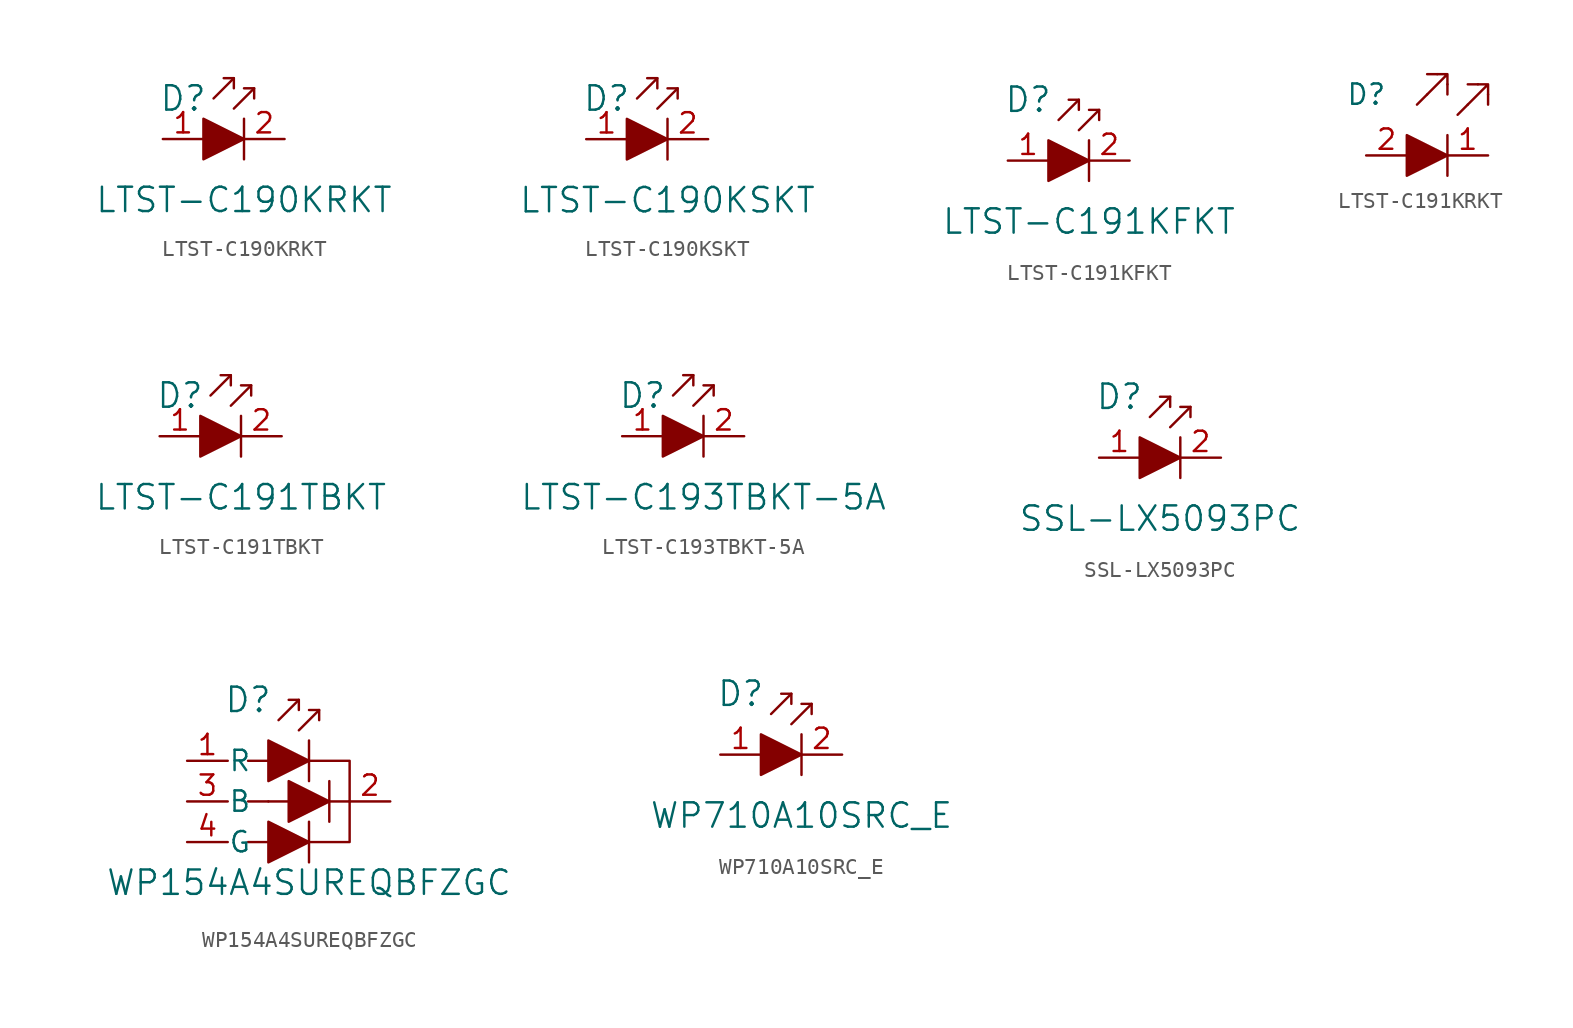
<source format=kicad_sym>
(kicad_symbol_lib
  (version 20201005)
  (generator kicad_symbol_editor)
  (symbol "LTST-C190KRKT"
    (pin_names
      (offset 0))
    (property "Reference" "D"
      (at -3.81 2.54 0)
      (effects (font (size 1.524 1.524))))
    (property "Value" "LTST-C190KRKT"
      (at 0 -3.81 0)
      (effects (font (size 1.524 1.524))))
    (symbol "LTST-C190KRKT_0_1"
      (polyline (pts (xy -0.635 3.81) (xy -1.905 2.54)) (stroke (width 0)) (fill (type none)))
      (polyline (pts (xy 0 1.27) (xy 0 -1.27)) (stroke (width 0)) (fill (type none)))
      (polyline (pts (xy 0.635 3.175) (xy -0.635 1.905)) (stroke (width 0)) (fill (type none)))
      (polyline (pts (xy -1.27 3.81) (xy -0.635 3.81) (xy -0.635 3.175)) (stroke (width 0)) (fill (type none)))
      (polyline (pts (xy 0 3.175) (xy 0.635 3.175) (xy 0.635 2.54)) (stroke (width 0)) (fill (type none)))
      (polyline (pts (xy -2.54 1.27) (xy -2.54 -1.27) (xy 0 0) (xy -2.54 1.27)) (stroke (width 0)) (fill (type outline))))
    (symbol "LTST-C190KRKT_1_1"
      (pin passive line (at -5.08 0 0) (length 2.54) (name "~" (effects (font (size 1.27 1.27)))) (number "1" (effects (font (size 1.27 1.27)))))
      (pin passive line (at 2.54 0 180) (length 2.54) (name "~" (effects (font (size 1.27 1.27)))) (number "2" (effects (font (size 1.27 1.27)))))))
  (symbol "LTST-C190KSKT"
    (pin_names
      (offset 0))
    (property "Reference" "D"
      (at -3.81 2.54 0)
      (effects (font (size 1.524 1.524))))
    (property "Value" "LTST-C190KSKT"
      (at 0 -3.81 0)
      (effects (font (size 1.524 1.524))))
    (symbol "LTST-C190KSKT_0_1"
      (polyline (pts (xy -0.635 3.81) (xy -1.905 2.54)) (stroke (width 0)) (fill (type none)))
      (polyline (pts (xy 0 1.27) (xy 0 -1.27)) (stroke (width 0)) (fill (type none)))
      (polyline (pts (xy 0.635 3.175) (xy -0.635 1.905)) (stroke (width 0)) (fill (type none)))
      (polyline (pts (xy -1.27 3.81) (xy -0.635 3.81) (xy -0.635 3.175)) (stroke (width 0)) (fill (type none)))
      (polyline (pts (xy 0 3.175) (xy 0.635 3.175) (xy 0.635 2.54)) (stroke (width 0)) (fill (type none)))
      (polyline (pts (xy -2.54 1.27) (xy -2.54 -1.27) (xy 0 0) (xy -2.54 1.27)) (stroke (width 0)) (fill (type outline))))
    (symbol "LTST-C190KSKT_1_1"
      (pin passive line (at -5.08 0 0) (length 2.54) (name "~" (effects (font (size 1.27 1.27)))) (number "1" (effects (font (size 1.27 1.27)))))
      (pin passive line (at 2.54 0 180) (length 2.54) (name "~" (effects (font (size 1.27 1.27)))) (number "2" (effects (font (size 1.27 1.27)))))))
  (symbol "LTST-C191KFKT"
    (pin_names
      (offset 0))
    (property "Reference" "D"
      (at -3.81 3.81 0)
      (effects (font (size 1.524 1.524))))
    (property "Value" "LTST-C191KFKT"
      (at 0 -3.81 0)
      (effects (font (size 1.524 1.524))))
    (symbol "LTST-C191KFKT_0_1"
      (polyline (pts (xy -0.635 3.81) (xy -1.905 2.54)) (stroke (width 0)) (fill (type none)))
      (polyline (pts (xy 0 1.27) (xy 0 -1.27)) (stroke (width 0)) (fill (type none)))
      (polyline (pts (xy 0.635 3.175) (xy -0.635 1.905)) (stroke (width 0)) (fill (type none)))
      (polyline (pts (xy -1.27 3.81) (xy -0.635 3.81) (xy -0.635 3.175)) (stroke (width 0)) (fill (type none)))
      (polyline (pts (xy 0 3.175) (xy 0.635 3.175) (xy 0.635 2.54)) (stroke (width 0)) (fill (type none)))
      (polyline (pts (xy -2.54 1.27) (xy -2.54 -1.27) (xy 0 0) (xy -2.54 1.27)) (stroke (width 0)) (fill (type outline))))
    (symbol "LTST-C191KFKT_1_1"
      (pin passive line (at -5.08 0 0) (length 2.54) (name "~" (effects (font (size 1.27 1.27)))) (number "1" (effects (font (size 1.27 1.27)))))
      (pin passive line (at 2.54 0 180) (length 2.54) (name "~" (effects (font (size 1.27 1.27)))) (number "2" (effects (font (size 1.27 1.27)))))))
  (symbol "LTST-C191KRKT"
    (pin_names
      (offset 0))
    (property "Reference" "D"
      (at -6.35 3.81 0)
      (effects (font (size 1.27 1.27)) (justify left)))
    (symbol "LTST-C191KRKT_0_1"
      (polyline (pts (xy 0 1.27) (xy 0 -1.27)) (stroke (width 0)) (fill (type none)))
      (polyline (pts (xy -2.54 1.27) (xy -2.54 -1.27) (xy 0 0) (xy -2.54 1.27)) (stroke (width 0)) (fill (type outline))))
    (symbol "LTST-C191KRKT_1_1"
      (polyline (pts (xy -1.27 3.81) (xy -1.905 3.175)) (stroke (width 0)) (fill (type none)))
      (polyline (pts (xy -0.635 5.08) (xy -1.27 5.08)) (stroke (width 0)) (fill (type none)))
      (polyline (pts (xy 0 4.445) (xy 0 3.81)) (stroke (width 0)) (fill (type none)))
      (polyline (pts (xy 1.27 3.175) (xy 0.635 2.54)) (stroke (width 0)) (fill (type none)))
      (polyline (pts (xy 1.905 4.445) (xy 1.27 4.445)) (stroke (width 0)) (fill (type none)))
      (polyline (pts (xy 2.54 3.81) (xy 2.54 3.175)) (stroke (width 0)) (fill (type none)))
      (polyline (pts (xy 1.27 3.175) (xy 2.54 4.445) (xy 1.905 4.445) (xy 2.54 4.445) (xy 2.54 3.81)) (stroke (width 0)) (fill (type none)))
      (polyline (pts (xy 0 5.08) (xy 0 4.445) (xy 0 5.08) (xy -0.635 5.08) (xy 0 5.08) (xy -1.27 3.81)) (stroke (width 0)) (fill (type none)))
      (pin output line (at 2.54 0 180) (length 2.54) (name "~" (effects (font (size 1.27 1.27)))) (number "1" (effects (font (size 1.27 1.27)))))
      (pin input line (at -5.08 0 0) (length 2.54) (name "~" (effects (font (size 1.27 1.27)))) (number "2" (effects (font (size 1.27 1.27)))))))
  (symbol "LTST-C191TBKT"
    (pin_names
      (offset 0))
    (property "Reference" "D"
      (at -3.81 2.54 0)
      (effects (font (size 1.524 1.524))))
    (property "Value" "LTST-C191TBKT"
      (at 0 -3.81 0)
      (effects (font (size 1.524 1.524))))
    (symbol "LTST-C191TBKT_0_1"
      (polyline (pts (xy -0.635 3.81) (xy -1.905 2.54)) (stroke (width 0)) (fill (type none)))
      (polyline (pts (xy 0 1.27) (xy 0 -1.27)) (stroke (width 0)) (fill (type none)))
      (polyline (pts (xy 0.635 3.175) (xy -0.635 1.905)) (stroke (width 0)) (fill (type none)))
      (polyline (pts (xy -1.27 3.81) (xy -0.635 3.81) (xy -0.635 3.175)) (stroke (width 0)) (fill (type none)))
      (polyline (pts (xy 0 3.175) (xy 0.635 3.175) (xy 0.635 2.54)) (stroke (width 0)) (fill (type none)))
      (polyline (pts (xy -2.54 1.27) (xy -2.54 -1.27) (xy 0 0) (xy -2.54 1.27)) (stroke (width 0)) (fill (type outline))))
    (symbol "LTST-C191TBKT_1_1"
      (pin passive line (at -5.08 0 0) (length 2.54) (name "~" (effects (font (size 1.27 1.27)))) (number "1" (effects (font (size 1.27 1.27)))))
      (pin passive line (at 2.54 0 180) (length 2.54) (name "~" (effects (font (size 1.27 1.27)))) (number "2" (effects (font (size 1.27 1.27)))))))
  (symbol "LTST-C193TBKT-5A"
    (pin_names
      (offset 0))
    (property "Reference" "D"
      (at -3.81 2.54 0)
      (effects (font (size 1.524 1.524))))
    (property "Value" "LTST-C193TBKT-5A"
      (at 0 -3.81 0)
      (effects (font (size 1.524 1.524))))
    (symbol "LTST-C193TBKT-5A_0_1"
      (polyline (pts (xy -0.635 3.81) (xy -1.905 2.54)) (stroke (width 0)) (fill (type none)))
      (polyline (pts (xy 0 1.27) (xy 0 -1.27)) (stroke (width 0)) (fill (type none)))
      (polyline (pts (xy 0.635 3.175) (xy -0.635 1.905)) (stroke (width 0)) (fill (type none)))
      (polyline (pts (xy -1.27 3.81) (xy -0.635 3.81) (xy -0.635 3.175)) (stroke (width 0)) (fill (type none)))
      (polyline (pts (xy 0 3.175) (xy 0.635 3.175) (xy 0.635 2.54)) (stroke (width 0)) (fill (type none)))
      (polyline (pts (xy -2.54 1.27) (xy -2.54 -1.27) (xy 0 0) (xy -2.54 1.27)) (stroke (width 0)) (fill (type outline))))
    (symbol "LTST-C193TBKT-5A_1_1"
      (pin passive line (at -5.08 0 0) (length 2.54) (name "~" (effects (font (size 1.27 1.27)))) (number "1" (effects (font (size 1.27 1.27)))))
      (pin passive line (at 2.54 0 180) (length 2.54) (name "~" (effects (font (size 1.27 1.27)))) (number "2" (effects (font (size 1.27 1.27)))))))
  (symbol "SSL-LX5093PC"
    (pin_names
      (offset 0))
    (property "Reference" "D"
      (at -3.81 3.81 0)
      (effects (font (size 1.524 1.524))))
    (property "Value" "SSL-LX5093PC"
      (at -1.27 -3.81 0)
      (effects (font (size 1.524 1.524))))
    (symbol "SSL-LX5093PC_0_1"
      (polyline (pts (xy -0.635 3.81) (xy -1.905 2.54)) (stroke (width 0)) (fill (type none)))
      (polyline (pts (xy 0 1.27) (xy 0 -1.27)) (stroke (width 0)) (fill (type none)))
      (polyline (pts (xy 0.635 3.175) (xy -0.635 1.905)) (stroke (width 0)) (fill (type none)))
      (polyline (pts (xy -1.27 3.81) (xy -0.635 3.81) (xy -0.635 3.175)) (stroke (width 0)) (fill (type none)))
      (polyline (pts (xy 0 3.175) (xy 0.635 3.175) (xy 0.635 2.54)) (stroke (width 0)) (fill (type none)))
      (polyline (pts (xy -2.54 1.27) (xy -2.54 -1.27) (xy 0 0) (xy -2.54 1.27)) (stroke (width 0)) (fill (type outline))))
    (symbol "SSL-LX5093PC_1_1"
      (pin passive line (at -5.08 0 0) (length 2.54) (name "~" (effects (font (size 1.27 1.27)))) (number "1" (effects (font (size 1.27 1.27)))))
      (pin passive line (at 2.54 0 180) (length 2.54) (name "~" (effects (font (size 1.27 1.27)))) (number "2" (effects (font (size 1.27 1.27)))))))
  (symbol "WP154A4SUREQBFZGC"
    (pin_names
      (offset 0.025))
    (property "Reference" "D"
      (at -3.81 6.35 0)
      (effects (font (size 1.524 1.524))))
    (property "Value" "WP154A4SUREQBFZGC"
      (at 0 -5.08 0)
      (effects (font (size 1.524 1.524))))
    (symbol "WP154A4SUREQBFZGC_0_1"
      (polyline (pts (xy -3.81 -2.54) (xy -2.54 -2.54)) (stroke (width 0)) (fill (type none)))
      (polyline (pts (xy -2.54 0) (xy -3.81 0)) (stroke (width 0)) (fill (type none)))
      (polyline (pts (xy -2.54 2.54) (xy -3.81 2.54)) (stroke (width 0)) (fill (type none)))
      (polyline (pts (xy -1.27 0) (xy -2.54 0)) (stroke (width 0)) (fill (type none)))
      (polyline (pts (xy -0.635 6.35) (xy -1.905 5.08)) (stroke (width 0)) (fill (type none)))
      (polyline (pts (xy 0 -1.27) (xy 0 -3.81)) (stroke (width 0)) (fill (type none)))
      (polyline (pts (xy 0 1.27) (xy 0 3.81)) (stroke (width 0)) (fill (type none)))
      (polyline (pts (xy 0.635 5.715) (xy -0.635 4.445)) (stroke (width 0)) (fill (type none)))
      (polyline (pts (xy 1.27 1.27) (xy 1.27 -1.27)) (stroke (width 0)) (fill (type none)))
      (polyline (pts (xy -1.27 6.35) (xy -0.635 6.35) (xy -0.635 5.715)) (stroke (width 0)) (fill (type none)))
      (polyline (pts (xy 0 5.715) (xy 0.635 5.715) (xy 0.635 5.08)) (stroke (width 0)) (fill (type none)))
      (polyline (pts (xy 2.54 0) (xy 2.54 -2.54) (xy 0 -2.54)) (stroke (width 0)) (fill (type none)))
      (polyline (pts (xy -2.54 -3.81) (xy -2.54 -1.27) (xy 0 -2.54) (xy -2.54 -3.81)) (stroke (width 0)) (fill (type outline)))
      (polyline (pts (xy -2.54 3.81) (xy -2.54 1.27) (xy 0 2.54) (xy -2.54 3.81)) (stroke (width 0)) (fill (type outline)))
      (polyline (pts (xy -1.27 1.27) (xy -1.27 -1.27) (xy 1.27 0) (xy -1.27 1.27)) (stroke (width 0)) (fill (type outline)))
      (polyline (pts (xy 0 2.54) (xy 2.54 2.54) (xy 2.54 0) (xy 1.27 0)) (stroke (width 0)) (fill (type none))))
    (symbol "WP154A4SUREQBFZGC_1_1"
      (pin passive line (at -7.62 2.54 0) (length 2.54) (name "R" (effects (font (size 1.27 1.27)))) (number "1" (effects (font (size 1.27 1.27)))))
      (pin passive line (at 5.08 0 180) (length 2.54) (name "~" (effects (font (size 1.27 1.27)))) (number "2" (effects (font (size 1.27 1.27)))))
      (pin passive line (at -7.62 0 0) (length 2.54) (name "B" (effects (font (size 1.27 1.27)))) (number "3" (effects (font (size 1.27 1.27)))))
      (pin passive line (at -7.62 -2.54 0) (length 2.54) (name "G" (effects (font (size 1.27 1.27)))) (number "4" (effects (font (size 1.27 1.27)))))))
  (symbol "WP710A10SRC_E"
    (pin_names
      (offset 0))
    (property "Reference" "D"
      (at -3.81 3.81 0)
      (effects (font (size 1.524 1.524))))
    (property "Value" "WP710A10SRC_E"
      (at 0 -3.81 0)
      (effects (font (size 1.524 1.524))))
    (symbol "WP710A10SRC_E_0_1"
      (polyline (pts (xy -0.635 3.81) (xy -1.905 2.54)) (stroke (width 0)) (fill (type none)))
      (polyline (pts (xy 0 1.27) (xy 0 -1.27)) (stroke (width 0)) (fill (type none)))
      (polyline (pts (xy 0.635 3.175) (xy -0.635 1.905)) (stroke (width 0)) (fill (type none)))
      (polyline (pts (xy -1.27 3.81) (xy -0.635 3.81) (xy -0.635 3.175)) (stroke (width 0)) (fill (type none)))
      (polyline (pts (xy 0 3.175) (xy 0.635 3.175) (xy 0.635 2.54)) (stroke (width 0)) (fill (type none)))
      (polyline (pts (xy -2.54 1.27) (xy -2.54 -1.27) (xy 0 0) (xy -2.54 1.27)) (stroke (width 0)) (fill (type outline))))
    (symbol "WP710A10SRC_E_1_1"
      (pin passive line (at -5.08 0 0) (length 2.54) (name "~" (effects (font (size 1.27 1.27)))) (number "1" (effects (font (size 1.27 1.27)))))
      (pin passive line (at 2.54 0 180) (length 2.54) (name "~" (effects (font (size 1.27 1.27)))) (number "2" (effects (font (size 1.27 1.27))))))))
</source>
